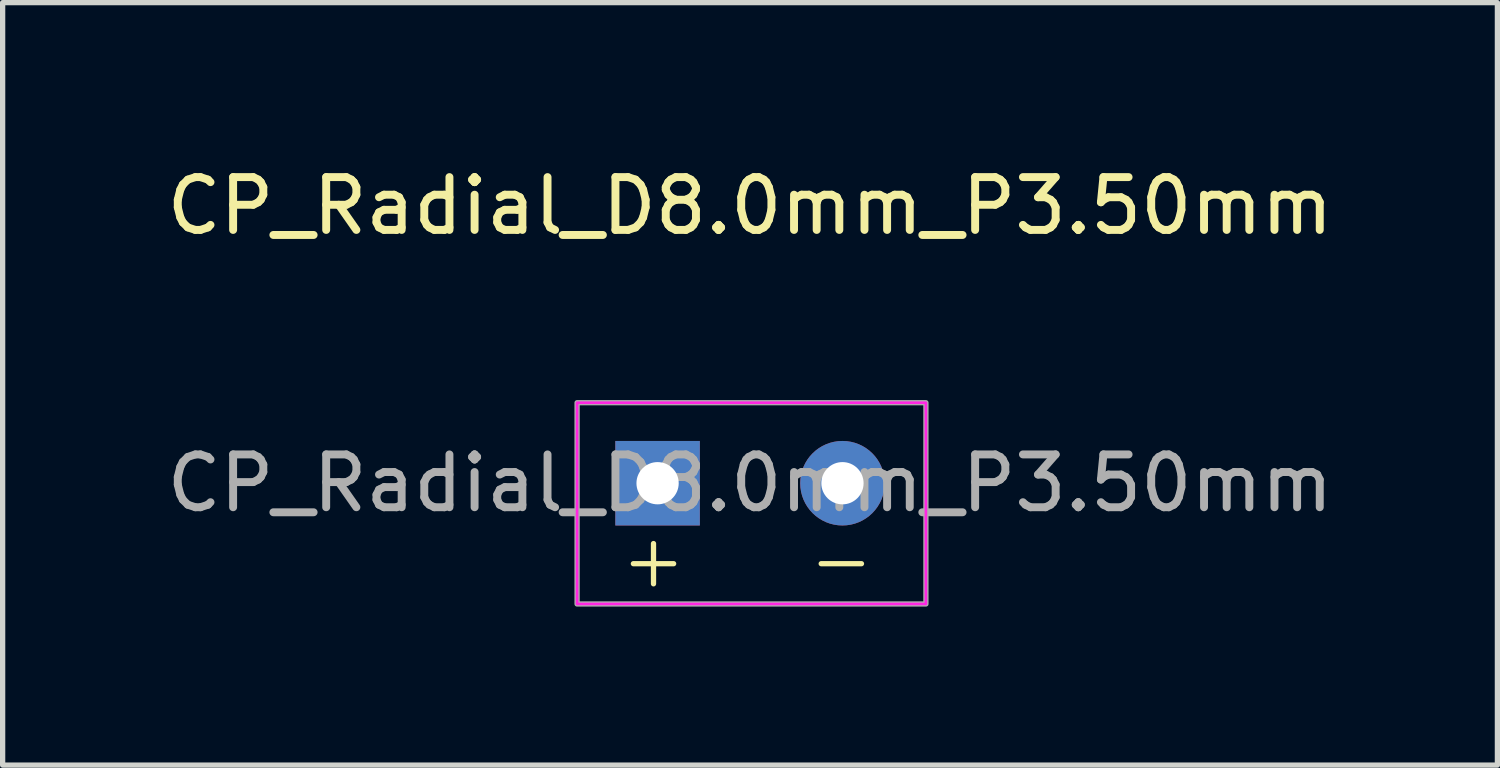
<source format=kicad_pcb>
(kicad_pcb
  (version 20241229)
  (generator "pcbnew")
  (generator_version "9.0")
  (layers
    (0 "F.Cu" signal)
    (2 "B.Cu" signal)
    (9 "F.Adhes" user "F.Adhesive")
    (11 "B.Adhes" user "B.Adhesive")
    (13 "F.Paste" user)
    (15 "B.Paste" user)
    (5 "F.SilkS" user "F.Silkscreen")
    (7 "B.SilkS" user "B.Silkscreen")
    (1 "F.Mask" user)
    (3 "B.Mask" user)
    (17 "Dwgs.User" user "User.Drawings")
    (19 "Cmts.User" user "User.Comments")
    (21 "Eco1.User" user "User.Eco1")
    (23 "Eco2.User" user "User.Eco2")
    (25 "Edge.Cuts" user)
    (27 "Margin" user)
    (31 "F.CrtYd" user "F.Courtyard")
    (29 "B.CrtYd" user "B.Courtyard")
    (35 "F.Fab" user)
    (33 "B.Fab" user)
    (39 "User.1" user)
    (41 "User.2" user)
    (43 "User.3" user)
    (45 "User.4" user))
  (footprint "CP_Radial_D8.0mm_P3.50mm"
    (layer "F.Cu")
    (at 9.399 6.098)
    (property "Reference" "CP_Radial_D8.0mm_P3.50mm" (at 1.75 -5.25 0) (layer "F.SilkS") (effects (font (size 1 1) (thickness 0.15))))
    (attr through_hole)
    (fp_rect (start -1.524 -1.524) (end 5.08 2.286) (stroke (width 0.05) (type default)) (fill no) (layer "F.CrtYd"))
    (fp_rect (start -1.524 -1.524) (end 5.08 2.286) (stroke (width 0.1) (type default)) (fill no) (layer "F.Fab"))
    (fp_text user "+" (at -0.762 2.032 0) (unlocked yes) (layer "F.SilkS") (effects (font (size 1 1) (thickness 0.1)) (justify left bottom)))
    (fp_text user "-" (at 2.794 2.032 0) (unlocked yes) (layer "F.SilkS") (effects (font (size 1 1) (thickness 0.1)) (justify left bottom)))
    (fp_text user "${REFERENCE}" (at 1.75 0 0) (layer "F.Fab") (effects (font (size 1 1) (thickness 0.15))))
    (pad "1" thru_hole rect (at 0 0) (size 1.6 1.6) (drill 0.8) (layers "*.Cu" "*.Mask"))
    (pad "2" thru_hole circle (at 3.5 0) (size 1.6 1.6) (drill 0.8) (layers "*.Cu" "*.Mask")))
  (gr_rect
    (start -3 -3)
    (end 25.298 11.434)
    (stroke (width 0.1) (type default))
    (fill no)
    (layer "Edge.Cuts")))
</source>
